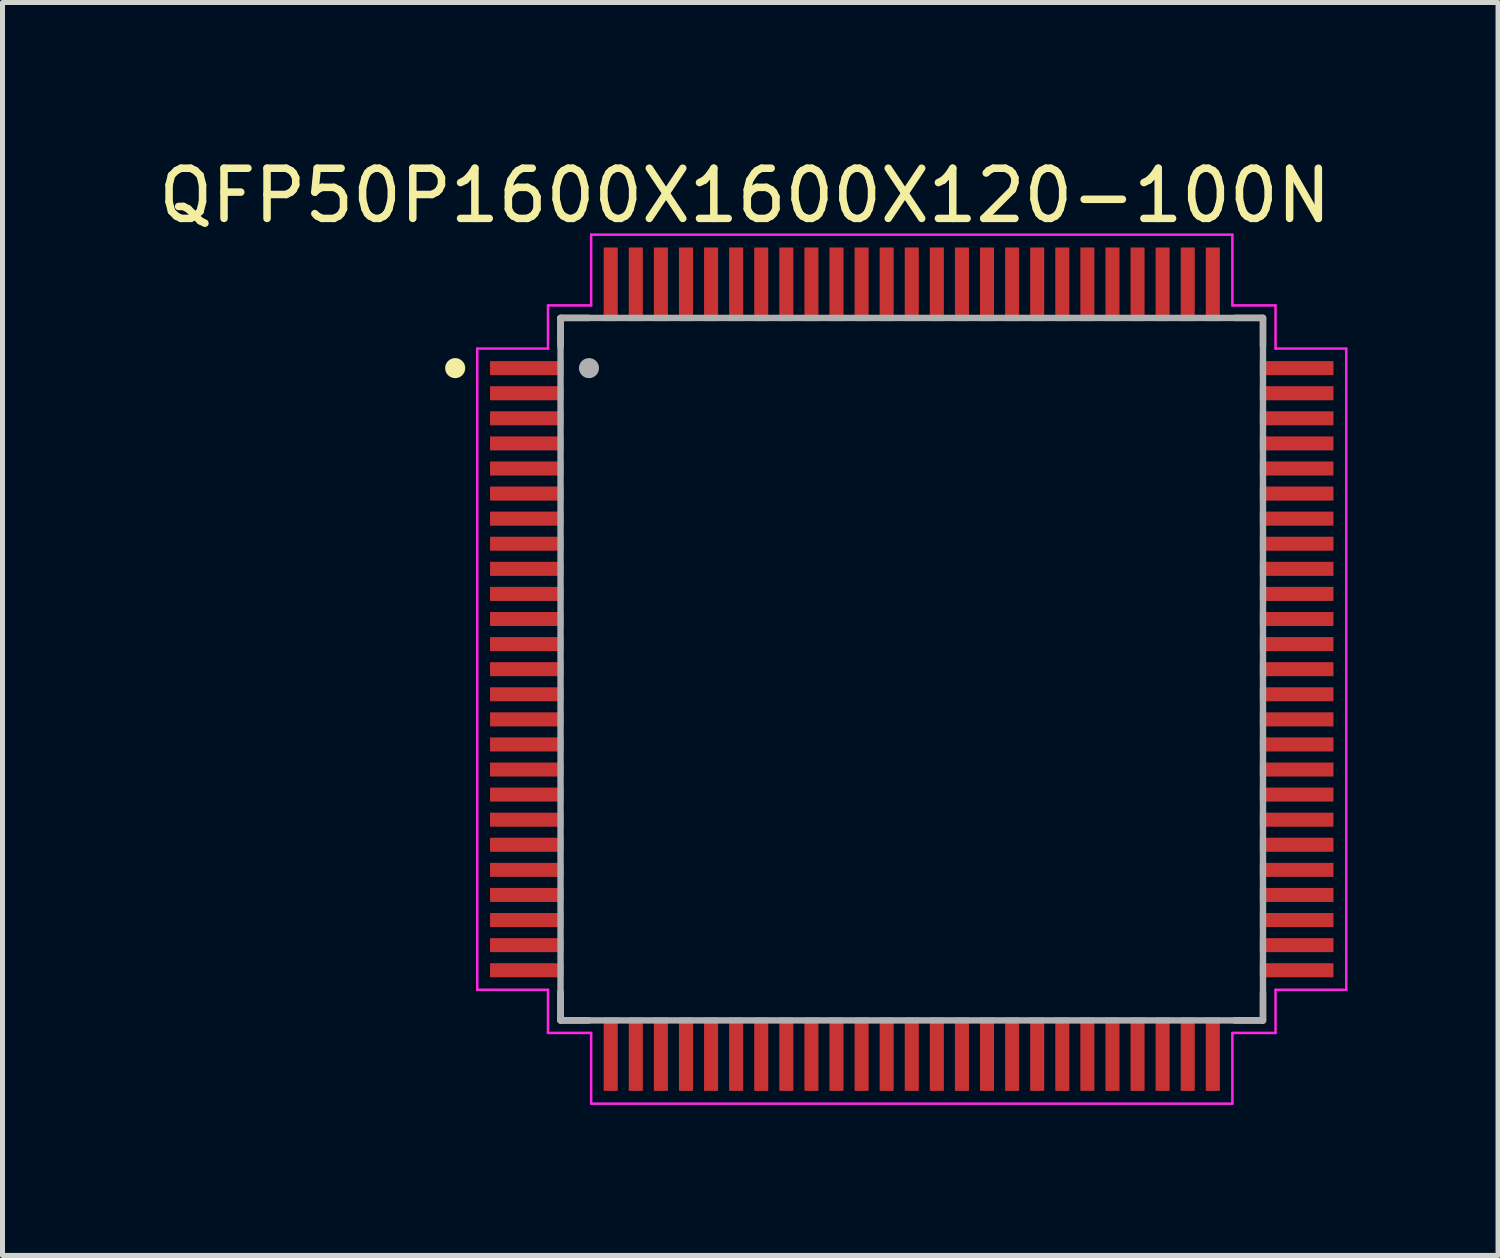
<source format=kicad_pcb>
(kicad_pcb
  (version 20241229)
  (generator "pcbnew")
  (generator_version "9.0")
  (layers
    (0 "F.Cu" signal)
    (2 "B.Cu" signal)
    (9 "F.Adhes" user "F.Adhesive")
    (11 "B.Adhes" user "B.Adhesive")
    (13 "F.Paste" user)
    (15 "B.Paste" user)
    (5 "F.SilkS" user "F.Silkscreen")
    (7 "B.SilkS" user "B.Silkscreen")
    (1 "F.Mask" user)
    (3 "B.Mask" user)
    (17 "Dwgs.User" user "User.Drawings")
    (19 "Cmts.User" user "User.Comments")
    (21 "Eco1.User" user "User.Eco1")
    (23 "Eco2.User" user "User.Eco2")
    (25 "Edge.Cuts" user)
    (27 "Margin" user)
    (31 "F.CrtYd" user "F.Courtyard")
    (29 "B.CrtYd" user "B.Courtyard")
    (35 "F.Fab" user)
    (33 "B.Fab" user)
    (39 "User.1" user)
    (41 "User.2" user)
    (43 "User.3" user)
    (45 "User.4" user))
  (footprint "QFP50P1600X1600X120-100N"
    (layer "F.Cu")
    (at 15.122 10.287)
    (property "Reference" "QFP50P1600X1600X120-100N" (at -3.326 -9.439 0) (layer "F.SilkS") (effects (font (size 1 1) (thickness 0.15))))
    (attr smd)
    (fp_line (start -7 -7) (end -6.437 -7) (stroke (width 0.127) (type solid)) (layer "F.SilkS"))
    (fp_line (start -7 -6.437) (end -7 -7) (stroke (width 0.127) (type solid)) (layer "F.SilkS"))
    (fp_line (start -7 6.437) (end -7 7) (stroke (width 0.127) (type solid)) (layer "F.SilkS"))
    (fp_line (start -7 7) (end -6.437 7) (stroke (width 0.127) (type solid)) (layer "F.SilkS"))
    (fp_line (start 6.437 -7) (end 7 -7) (stroke (width 0.127) (type solid)) (layer "F.SilkS"))
    (fp_line (start 6.437 7) (end 7 7) (stroke (width 0.127) (type solid)) (layer "F.SilkS"))
    (fp_line (start 7 -7) (end 7 -6.437) (stroke (width 0.127) (type solid)) (layer "F.SilkS"))
    (fp_line (start 7 7) (end 7 6.437) (stroke (width 0.127) (type solid)) (layer "F.SilkS"))
    (fp_circle (center -9.1 -6) (end -9 -6) (stroke (width 0.2) (type solid)) (fill no) (layer "F.SilkS"))
    (fp_line (start -8.66 -6.39) (end -7.25 -6.39) (stroke (width 0.05) (type solid)) (layer "F.CrtYd"))
    (fp_line (start -8.66 6.39) (end -8.66 -6.39) (stroke (width 0.05) (type solid)) (layer "F.CrtYd"))
    (fp_line (start -7.25 -7.25) (end -6.39 -7.25) (stroke (width 0.05) (type solid)) (layer "F.CrtYd"))
    (fp_line (start -7.25 -6.39) (end -7.25 -7.25) (stroke (width 0.05) (type solid)) (layer "F.CrtYd"))
    (fp_line (start -7.25 6.39) (end -8.66 6.39) (stroke (width 0.05) (type solid)) (layer "F.CrtYd"))
    (fp_line (start -7.25 7.25) (end -7.25 6.39) (stroke (width 0.05) (type solid)) (layer "F.CrtYd"))
    (fp_line (start -6.39 -8.66) (end 6.39 -8.66) (stroke (width 0.05) (type solid)) (layer "F.CrtYd"))
    (fp_line (start -6.39 -7.25) (end -6.39 -8.66) (stroke (width 0.05) (type solid)) (layer "F.CrtYd"))
    (fp_line (start -6.39 7.25) (end -7.25 7.25) (stroke (width 0.05) (type solid)) (layer "F.CrtYd"))
    (fp_line (start -6.39 8.66) (end -6.39 7.25) (stroke (width 0.05) (type solid)) (layer "F.CrtYd"))
    (fp_line (start 6.39 -8.66) (end 6.39 -7.25) (stroke (width 0.05) (type solid)) (layer "F.CrtYd"))
    (fp_line (start 6.39 -7.25) (end 7.25 -7.25) (stroke (width 0.05) (type solid)) (layer "F.CrtYd"))
    (fp_line (start 6.39 7.25) (end 6.39 8.66) (stroke (width 0.05) (type solid)) (layer "F.CrtYd"))
    (fp_line (start 6.39 8.66) (end -6.39 8.66) (stroke (width 0.05) (type solid)) (layer "F.CrtYd"))
    (fp_line (start 7.25 -7.25) (end 7.25 -6.39) (stroke (width 0.05) (type solid)) (layer "F.CrtYd"))
    (fp_line (start 7.25 -6.39) (end 8.66 -6.39) (stroke (width 0.05) (type solid)) (layer "F.CrtYd"))
    (fp_line (start 7.25 6.39) (end 7.25 7.25) (stroke (width 0.05) (type solid)) (layer "F.CrtYd"))
    (fp_line (start 7.25 7.25) (end 6.39 7.25) (stroke (width 0.05) (type solid)) (layer "F.CrtYd"))
    (fp_line (start 8.66 -6.39) (end 8.66 6.39) (stroke (width 0.05) (type solid)) (layer "F.CrtYd"))
    (fp_line (start 8.66 6.39) (end 7.25 6.39) (stroke (width 0.05) (type solid)) (layer "F.CrtYd"))
    (fp_line (start -7 -7) (end 7 -7) (stroke (width 0.127) (type solid)) (layer "F.Fab"))
    (fp_line (start -7 7) (end -7 -7) (stroke (width 0.127) (type solid)) (layer "F.Fab"))
    (fp_line (start 7 -7) (end 7 7) (stroke (width 0.127) (type solid)) (layer "F.Fab"))
    (fp_line (start 7 7) (end -7 7) (stroke (width 0.127) (type solid)) (layer "F.Fab"))
    (fp_circle (center -6.433 -6) (end -6.333 -6) (stroke (width 0.2) (type solid)) (fill no) (layer "F.Fab"))
    (pad "1" smd roundrect (at -7.67 -6) (size 1.47 0.28) (layers "F.Cu" "F.Mask" "F.Paste") (roundrect_rratio 0.035))
    (pad "2" smd roundrect (at -7.67 -5.5) (size 1.47 0.28) (layers "F.Cu" "F.Mask" "F.Paste") (roundrect_rratio 0.035))
    (pad "3" smd roundrect (at -7.67 -5) (size 1.47 0.28) (layers "F.Cu" "F.Mask" "F.Paste") (roundrect_rratio 0.035))
    (pad "4" smd roundrect (at -7.67 -4.5) (size 1.47 0.28) (layers "F.Cu" "F.Mask" "F.Paste") (roundrect_rratio 0.035))
    (pad "5" smd roundrect (at -7.67 -4) (size 1.47 0.28) (layers "F.Cu" "F.Mask" "F.Paste") (roundrect_rratio 0.035))
    (pad "6" smd roundrect (at -7.67 -3.5) (size 1.47 0.28) (layers "F.Cu" "F.Mask" "F.Paste") (roundrect_rratio 0.035))
    (pad "7" smd roundrect (at -7.67 -3) (size 1.47 0.28) (layers "F.Cu" "F.Mask" "F.Paste") (roundrect_rratio 0.035))
    (pad "8" smd roundrect (at -7.67 -2.5) (size 1.47 0.28) (layers "F.Cu" "F.Mask" "F.Paste") (roundrect_rratio 0.035))
    (pad "9" smd roundrect (at -7.67 -2) (size 1.47 0.28) (layers "F.Cu" "F.Mask" "F.Paste") (roundrect_rratio 0.035))
    (pad "10" smd roundrect (at -7.67 -1.5) (size 1.47 0.28) (layers "F.Cu" "F.Mask" "F.Paste") (roundrect_rratio 0.035))
    (pad "11" smd roundrect (at -7.67 -1) (size 1.47 0.28) (layers "F.Cu" "F.Mask" "F.Paste") (roundrect_rratio 0.035))
    (pad "12" smd roundrect (at -7.67 -0.5) (size 1.47 0.28) (layers "F.Cu" "F.Mask" "F.Paste") (roundrect_rratio 0.035))
    (pad "13" smd roundrect (at -7.67 0) (size 1.47 0.28) (layers "F.Cu" "F.Mask" "F.Paste") (roundrect_rratio 0.035))
    (pad "14" smd roundrect (at -7.67 0.5) (size 1.47 0.28) (layers "F.Cu" "F.Mask" "F.Paste") (roundrect_rratio 0.035))
    (pad "15" smd roundrect (at -7.67 1) (size 1.47 0.28) (layers "F.Cu" "F.Mask" "F.Paste") (roundrect_rratio 0.035))
    (pad "16" smd roundrect (at -7.67 1.5) (size 1.47 0.28) (layers "F.Cu" "F.Mask" "F.Paste") (roundrect_rratio 0.035))
    (pad "17" smd roundrect (at -7.67 2) (size 1.47 0.28) (layers "F.Cu" "F.Mask" "F.Paste") (roundrect_rratio 0.035))
    (pad "18" smd roundrect (at -7.67 2.5) (size 1.47 0.28) (layers "F.Cu" "F.Mask" "F.Paste") (roundrect_rratio 0.035))
    (pad "19" smd roundrect (at -7.67 3) (size 1.47 0.28) (layers "F.Cu" "F.Mask" "F.Paste") (roundrect_rratio 0.035))
    (pad "20" smd roundrect (at -7.67 3.5) (size 1.47 0.28) (layers "F.Cu" "F.Mask" "F.Paste") (roundrect_rratio 0.035))
    (pad "21" smd roundrect (at -7.67 4) (size 1.47 0.28) (layers "F.Cu" "F.Mask" "F.Paste") (roundrect_rratio 0.035))
    (pad "22" smd roundrect (at -7.67 4.5) (size 1.47 0.28) (layers "F.Cu" "F.Mask" "F.Paste") (roundrect_rratio 0.035))
    (pad "23" smd roundrect (at -7.67 5) (size 1.47 0.28) (layers "F.Cu" "F.Mask" "F.Paste") (roundrect_rratio 0.035))
    (pad "24" smd roundrect (at -7.67 5.5) (size 1.47 0.28) (layers "F.Cu" "F.Mask" "F.Paste") (roundrect_rratio 0.035))
    (pad "25" smd roundrect (at -7.67 6) (size 1.47 0.28) (layers "F.Cu" "F.Mask" "F.Paste") (roundrect_rratio 0.035))
    (pad "26" smd roundrect (at -6 7.67) (size 0.28 1.47) (layers "F.Cu" "F.Mask" "F.Paste") (roundrect_rratio 0.035))
    (pad "27" smd roundrect (at -5.5 7.67) (size 0.28 1.47) (layers "F.Cu" "F.Mask" "F.Paste") (roundrect_rratio 0.035))
    (pad "28" smd roundrect (at -5 7.67) (size 0.28 1.47) (layers "F.Cu" "F.Mask" "F.Paste") (roundrect_rratio 0.035))
    (pad "29" smd roundrect (at -4.5 7.67) (size 0.28 1.47) (layers "F.Cu" "F.Mask" "F.Paste") (roundrect_rratio 0.035))
    (pad "30" smd roundrect (at -4 7.67) (size 0.28 1.47) (layers "F.Cu" "F.Mask" "F.Paste") (roundrect_rratio 0.035))
    (pad "31" smd roundrect (at -3.5 7.67) (size 0.28 1.47) (layers "F.Cu" "F.Mask" "F.Paste") (roundrect_rratio 0.035))
    (pad "32" smd roundrect (at -3 7.67) (size 0.28 1.47) (layers "F.Cu" "F.Mask" "F.Paste") (roundrect_rratio 0.035))
    (pad "33" smd roundrect (at -2.5 7.67) (size 0.28 1.47) (layers "F.Cu" "F.Mask" "F.Paste") (roundrect_rratio 0.035))
    (pad "34" smd roundrect (at -2 7.67) (size 0.28 1.47) (layers "F.Cu" "F.Mask" "F.Paste") (roundrect_rratio 0.035))
    (pad "35" smd roundrect (at -1.5 7.67) (size 0.28 1.47) (layers "F.Cu" "F.Mask" "F.Paste") (roundrect_rratio 0.035))
    (pad "36" smd roundrect (at -1 7.67) (size 0.28 1.47) (layers "F.Cu" "F.Mask" "F.Paste") (roundrect_rratio 0.035))
    (pad "37" smd roundrect (at -0.5 7.67) (size 0.28 1.47) (layers "F.Cu" "F.Mask" "F.Paste") (roundrect_rratio 0.035))
    (pad "38" smd roundrect (at 0 7.67) (size 0.28 1.47) (layers "F.Cu" "F.Mask" "F.Paste") (roundrect_rratio 0.035))
    (pad "39" smd roundrect (at 0.5 7.67) (size 0.28 1.47) (layers "F.Cu" "F.Mask" "F.Paste") (roundrect_rratio 0.035))
    (pad "40" smd roundrect (at 1 7.67) (size 0.28 1.47) (layers "F.Cu" "F.Mask" "F.Paste") (roundrect_rratio 0.035))
    (pad "41" smd roundrect (at 1.5 7.67) (size 0.28 1.47) (layers "F.Cu" "F.Mask" "F.Paste") (roundrect_rratio 0.035))
    (pad "42" smd roundrect (at 2 7.67) (size 0.28 1.47) (layers "F.Cu" "F.Mask" "F.Paste") (roundrect_rratio 0.035))
    (pad "43" smd roundrect (at 2.5 7.67) (size 0.28 1.47) (layers "F.Cu" "F.Mask" "F.Paste") (roundrect_rratio 0.035))
    (pad "44" smd roundrect (at 3 7.67) (size 0.28 1.47) (layers "F.Cu" "F.Mask" "F.Paste") (roundrect_rratio 0.035))
    (pad "45" smd roundrect (at 3.5 7.67) (size 0.28 1.47) (layers "F.Cu" "F.Mask" "F.Paste") (roundrect_rratio 0.035))
    (pad "46" smd roundrect (at 4 7.67) (size 0.28 1.47) (layers "F.Cu" "F.Mask" "F.Paste") (roundrect_rratio 0.035))
    (pad "47" smd roundrect (at 4.5 7.67) (size 0.28 1.47) (layers "F.Cu" "F.Mask" "F.Paste") (roundrect_rratio 0.035))
    (pad "48" smd roundrect (at 5 7.67) (size 0.28 1.47) (layers "F.Cu" "F.Mask" "F.Paste") (roundrect_rratio 0.035))
    (pad "49" smd roundrect (at 5.5 7.67) (size 0.28 1.47) (layers "F.Cu" "F.Mask" "F.Paste") (roundrect_rratio 0.035))
    (pad "50" smd roundrect (at 6 7.67) (size 0.28 1.47) (layers "F.Cu" "F.Mask" "F.Paste") (roundrect_rratio 0.035))
    (pad "51" smd roundrect (at 7.67 6) (size 1.47 0.28) (layers "F.Cu" "F.Mask" "F.Paste") (roundrect_rratio 0.035))
    (pad "52" smd roundrect (at 7.67 5.5) (size 1.47 0.28) (layers "F.Cu" "F.Mask" "F.Paste") (roundrect_rratio 0.035))
    (pad "53" smd roundrect (at 7.67 5) (size 1.47 0.28) (layers "F.Cu" "F.Mask" "F.Paste") (roundrect_rratio 0.035))
    (pad "54" smd roundrect (at 7.67 4.5) (size 1.47 0.28) (layers "F.Cu" "F.Mask" "F.Paste") (roundrect_rratio 0.035))
    (pad "55" smd roundrect (at 7.67 4) (size 1.47 0.28) (layers "F.Cu" "F.Mask" "F.Paste") (roundrect_rratio 0.035))
    (pad "56" smd roundrect (at 7.67 3.5) (size 1.47 0.28) (layers "F.Cu" "F.Mask" "F.Paste") (roundrect_rratio 0.035))
    (pad "57" smd roundrect (at 7.67 3) (size 1.47 0.28) (layers "F.Cu" "F.Mask" "F.Paste") (roundrect_rratio 0.035))
    (pad "58" smd roundrect (at 7.67 2.5) (size 1.47 0.28) (layers "F.Cu" "F.Mask" "F.Paste") (roundrect_rratio 0.035))
    (pad "59" smd roundrect (at 7.67 2) (size 1.47 0.28) (layers "F.Cu" "F.Mask" "F.Paste") (roundrect_rratio 0.035))
    (pad "60" smd roundrect (at 7.67 1.5) (size 1.47 0.28) (layers "F.Cu" "F.Mask" "F.Paste") (roundrect_rratio 0.035))
    (pad "61" smd roundrect (at 7.67 1) (size 1.47 0.28) (layers "F.Cu" "F.Mask" "F.Paste") (roundrect_rratio 0.035))
    (pad "62" smd roundrect (at 7.67 0.5) (size 1.47 0.28) (layers "F.Cu" "F.Mask" "F.Paste") (roundrect_rratio 0.035))
    (pad "63" smd roundrect (at 7.67 0) (size 1.47 0.28) (layers "F.Cu" "F.Mask" "F.Paste") (roundrect_rratio 0.035))
    (pad "64" smd roundrect (at 7.67 -0.5) (size 1.47 0.28) (layers "F.Cu" "F.Mask" "F.Paste") (roundrect_rratio 0.035))
    (pad "65" smd roundrect (at 7.67 -1) (size 1.47 0.28) (layers "F.Cu" "F.Mask" "F.Paste") (roundrect_rratio 0.035))
    (pad "66" smd roundrect (at 7.67 -1.5) (size 1.47 0.28) (layers "F.Cu" "F.Mask" "F.Paste") (roundrect_rratio 0.035))
    (pad "67" smd roundrect (at 7.67 -2) (size 1.47 0.28) (layers "F.Cu" "F.Mask" "F.Paste") (roundrect_rratio 0.035))
    (pad "68" smd roundrect (at 7.67 -2.5) (size 1.47 0.28) (layers "F.Cu" "F.Mask" "F.Paste") (roundrect_rratio 0.035))
    (pad "69" smd roundrect (at 7.67 -3) (size 1.47 0.28) (layers "F.Cu" "F.Mask" "F.Paste") (roundrect_rratio 0.035))
    (pad "70" smd roundrect (at 7.67 -3.5) (size 1.47 0.28) (layers "F.Cu" "F.Mask" "F.Paste") (roundrect_rratio 0.035))
    (pad "71" smd roundrect (at 7.67 -4) (size 1.47 0.28) (layers "F.Cu" "F.Mask" "F.Paste") (roundrect_rratio 0.035))
    (pad "72" smd roundrect (at 7.67 -4.5) (size 1.47 0.28) (layers "F.Cu" "F.Mask" "F.Paste") (roundrect_rratio 0.035))
    (pad "73" smd roundrect (at 7.67 -5) (size 1.47 0.28) (layers "F.Cu" "F.Mask" "F.Paste") (roundrect_rratio 0.035))
    (pad "74" smd roundrect (at 7.67 -5.5) (size 1.47 0.28) (layers "F.Cu" "F.Mask" "F.Paste") (roundrect_rratio 0.035))
    (pad "75" smd roundrect (at 7.67 -6) (size 1.47 0.28) (layers "F.Cu" "F.Mask" "F.Paste") (roundrect_rratio 0.035))
    (pad "76" smd roundrect (at 6 -7.67) (size 0.28 1.47) (layers "F.Cu" "F.Mask" "F.Paste") (roundrect_rratio 0.035))
    (pad "77" smd roundrect (at 5.5 -7.67) (size 0.28 1.47) (layers "F.Cu" "F.Mask" "F.Paste") (roundrect_rratio 0.035))
    (pad "78" smd roundrect (at 5 -7.67) (size 0.28 1.47) (layers "F.Cu" "F.Mask" "F.Paste") (roundrect_rratio 0.035))
    (pad "79" smd roundrect (at 4.5 -7.67) (size 0.28 1.47) (layers "F.Cu" "F.Mask" "F.Paste") (roundrect_rratio 0.035))
    (pad "80" smd roundrect (at 4 -7.67) (size 0.28 1.47) (layers "F.Cu" "F.Mask" "F.Paste") (roundrect_rratio 0.035))
    (pad "81" smd roundrect (at 3.5 -7.67) (size 0.28 1.47) (layers "F.Cu" "F.Mask" "F.Paste") (roundrect_rratio 0.035))
    (pad "82" smd roundrect (at 3 -7.67) (size 0.28 1.47) (layers "F.Cu" "F.Mask" "F.Paste") (roundrect_rratio 0.035))
    (pad "83" smd roundrect (at 2.5 -7.67) (size 0.28 1.47) (layers "F.Cu" "F.Mask" "F.Paste") (roundrect_rratio 0.035))
    (pad "84" smd roundrect (at 2 -7.67) (size 0.28 1.47) (layers "F.Cu" "F.Mask" "F.Paste") (roundrect_rratio 0.035))
    (pad "85" smd roundrect (at 1.5 -7.67) (size 0.28 1.47) (layers "F.Cu" "F.Mask" "F.Paste") (roundrect_rratio 0.035))
    (pad "86" smd roundrect (at 1 -7.67) (size 0.28 1.47) (layers "F.Cu" "F.Mask" "F.Paste") (roundrect_rratio 0.035))
    (pad "87" smd roundrect (at 0.5 -7.67) (size 0.28 1.47) (layers "F.Cu" "F.Mask" "F.Paste") (roundrect_rratio 0.035))
    (pad "88" smd roundrect (at 0 -7.67) (size 0.28 1.47) (layers "F.Cu" "F.Mask" "F.Paste") (roundrect_rratio 0.035))
    (pad "89" smd roundrect (at -0.5 -7.67) (size 0.28 1.47) (layers "F.Cu" "F.Mask" "F.Paste") (roundrect_rratio 0.035))
    (pad "90" smd roundrect (at -1 -7.67) (size 0.28 1.47) (layers "F.Cu" "F.Mask" "F.Paste") (roundrect_rratio 0.035))
    (pad "91" smd roundrect (at -1.5 -7.67) (size 0.28 1.47) (layers "F.Cu" "F.Mask" "F.Paste") (roundrect_rratio 0.035))
    (pad "92" smd roundrect (at -2 -7.67) (size 0.28 1.47) (layers "F.Cu" "F.Mask" "F.Paste") (roundrect_rratio 0.035))
    (pad "93" smd roundrect (at -2.5 -7.67) (size 0.28 1.47) (layers "F.Cu" "F.Mask" "F.Paste") (roundrect_rratio 0.035))
    (pad "94" smd roundrect (at -3 -7.67) (size 0.28 1.47) (layers "F.Cu" "F.Mask" "F.Paste") (roundrect_rratio 0.035))
    (pad "95" smd roundrect (at -3.5 -7.67) (size 0.28 1.47) (layers "F.Cu" "F.Mask" "F.Paste") (roundrect_rratio 0.035))
    (pad "96" smd roundrect (at -4 -7.67) (size 0.28 1.47) (layers "F.Cu" "F.Mask" "F.Paste") (roundrect_rratio 0.035))
    (pad "97" smd roundrect (at -4.5 -7.67) (size 0.28 1.47) (layers "F.Cu" "F.Mask" "F.Paste") (roundrect_rratio 0.035))
    (pad "98" smd roundrect (at -5 -7.67) (size 0.28 1.47) (layers "F.Cu" "F.Mask" "F.Paste") (roundrect_rratio 0.035))
    (pad "99" smd roundrect (at -5.5 -7.67) (size 0.28 1.47) (layers "F.Cu" "F.Mask" "F.Paste") (roundrect_rratio 0.035))
    (pad "100" smd roundrect (at -6 -7.67) (size 0.28 1.47) (layers "F.Cu" "F.Mask" "F.Paste") (roundrect_rratio 0.035)))
  (gr_rect
    (start -3 -3)
    (end 26.807 21.972)
    (stroke (width 0.1) (type default))
    (fill no)
    (layer "Edge.Cuts")))
</source>
